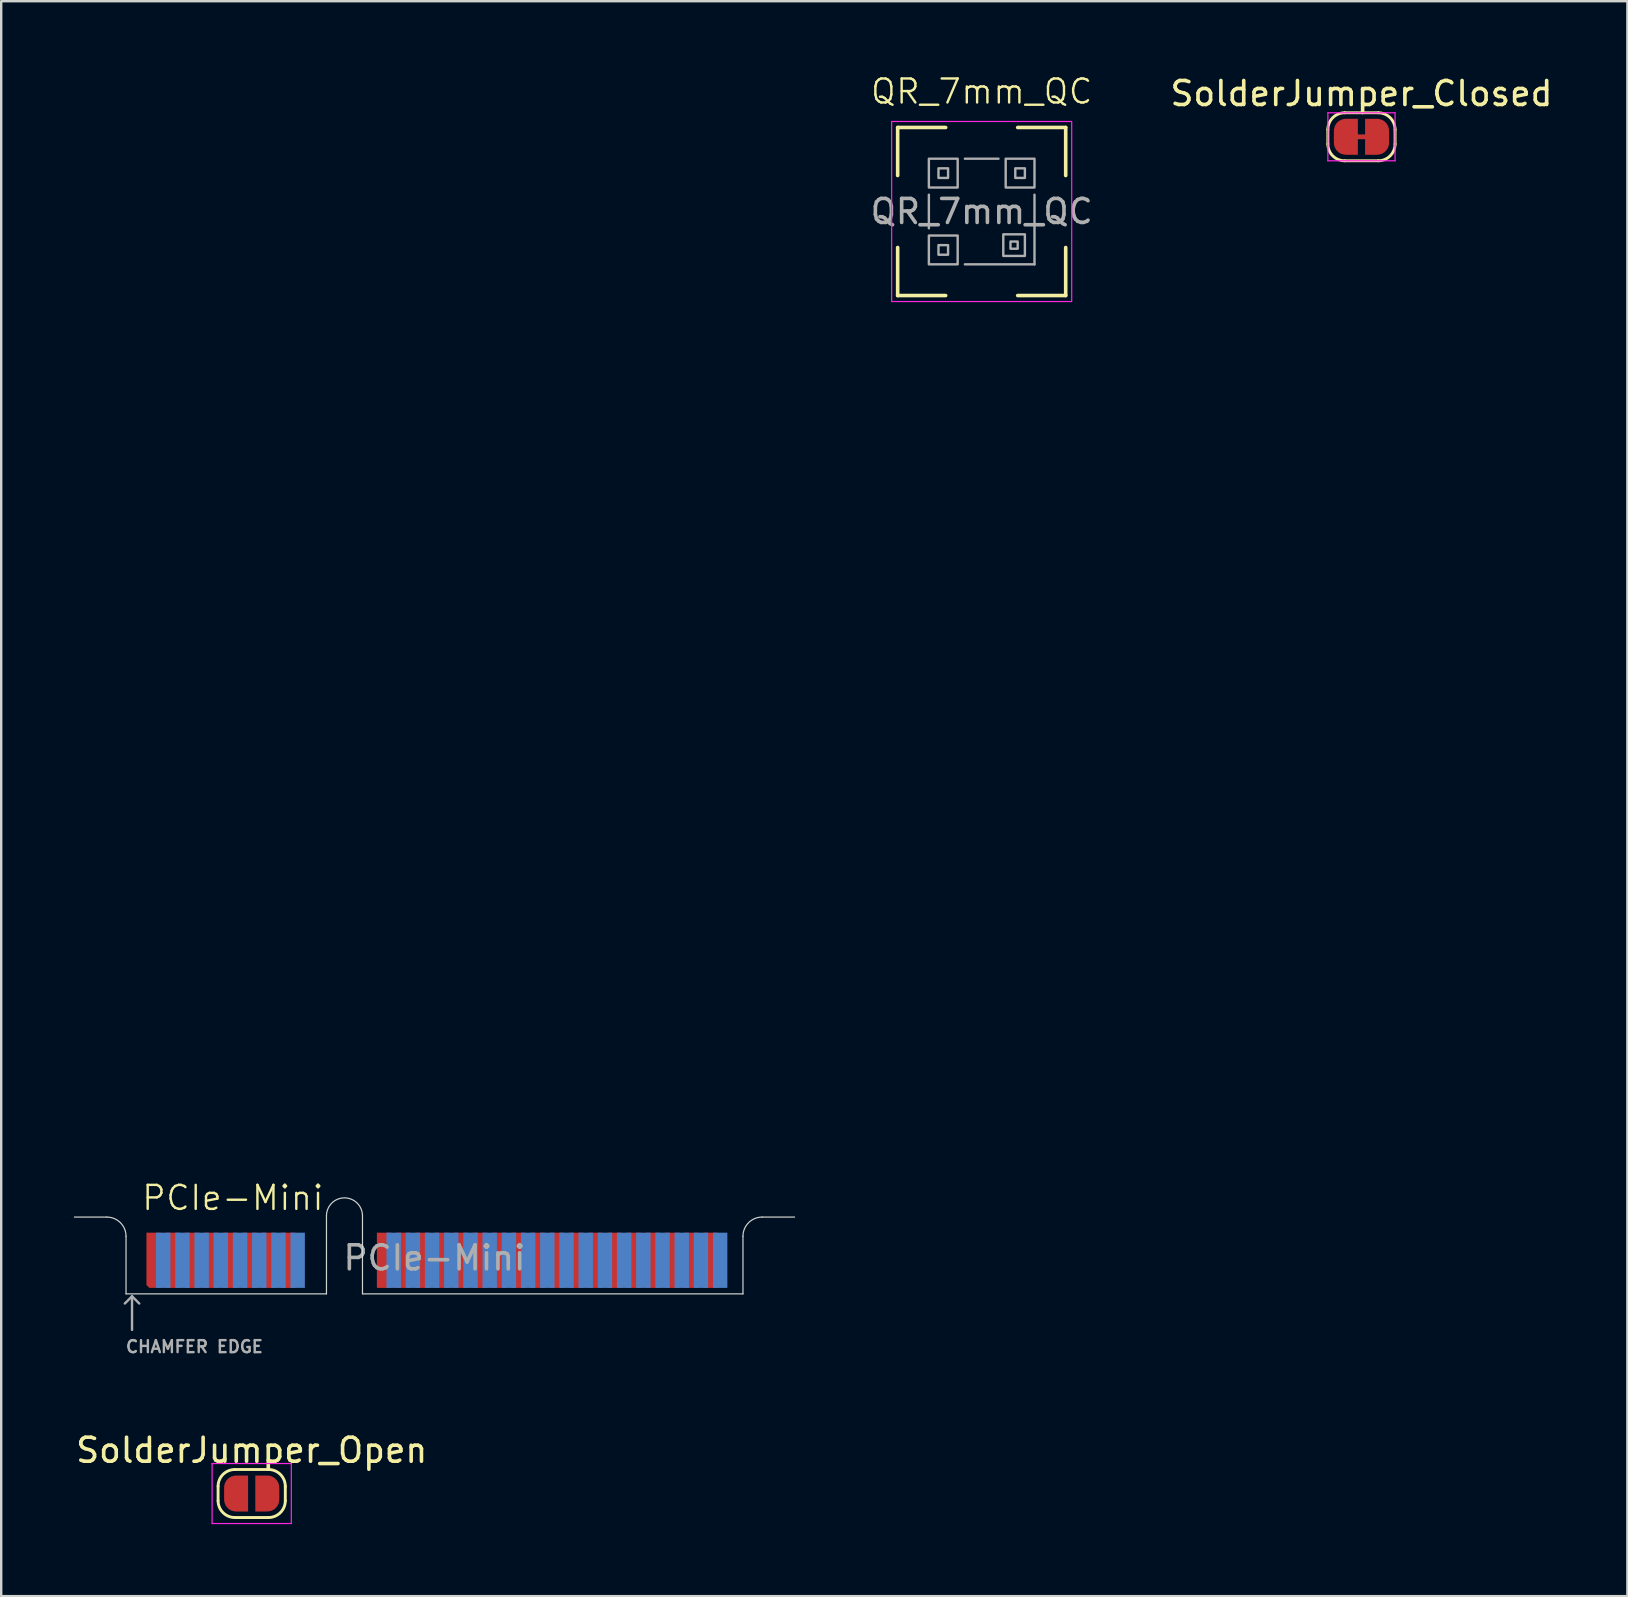
<source format=kicad_pcb>
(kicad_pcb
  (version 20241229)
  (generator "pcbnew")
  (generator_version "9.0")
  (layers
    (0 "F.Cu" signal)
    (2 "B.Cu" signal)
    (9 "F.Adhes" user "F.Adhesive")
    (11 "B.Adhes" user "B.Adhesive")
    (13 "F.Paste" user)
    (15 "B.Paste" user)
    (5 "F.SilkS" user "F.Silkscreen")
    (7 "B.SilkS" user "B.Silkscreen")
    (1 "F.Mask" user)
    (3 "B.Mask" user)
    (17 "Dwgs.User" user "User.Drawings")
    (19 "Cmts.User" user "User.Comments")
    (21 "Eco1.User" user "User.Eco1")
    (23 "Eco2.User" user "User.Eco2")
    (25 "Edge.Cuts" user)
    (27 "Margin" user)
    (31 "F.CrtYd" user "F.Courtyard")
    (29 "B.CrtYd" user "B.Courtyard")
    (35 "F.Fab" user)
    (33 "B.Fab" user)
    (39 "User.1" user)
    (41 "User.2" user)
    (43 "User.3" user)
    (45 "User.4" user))
  (footprint "PCIe-Mini"
    (layer "F.Cu")
    (at 15.05 47.65)
    (property "Reference" "PCIe-Mini" (at -8.4 -0.8 0) (unlocked yes) (layer "F.SilkS") (effects (font (size 1 1) (thickness 0.1))))
    (attr exclude_from_pos_files exclude_from_bom allow_missing_courtyard)
    (fp_rect (start -12.85 0.65) (end -4.5 3.2) (stroke (width 0) (type solid)) (fill yes) (layer "F.Mask"))
    (fp_rect (start -3 0.65) (end 12.85 3.2) (stroke (width 0) (type solid)) (fill yes) (layer "F.Mask"))
    (fp_rect (start -12.85 0.65) (end -4.5 3.2) (stroke (width 0) (type solid)) (fill yes) (layer "B.Mask"))
    (fp_rect (start -3 0.65) (end 12.85 3.2) (stroke (width 0) (type solid)) (fill yes) (layer "B.Mask"))
    (fp_line (start -13.65 0) (end -15 0) (stroke (width 0.05) (type solid)) (layer "Edge.Cuts"))
    (fp_line (start -12.85 3.2) (end -12.85 0.8) (stroke (width 0.05) (type solid)) (layer "Edge.Cuts"))
    (fp_line (start -4.5 3.2) (end -12.85 3.2) (stroke (width 0.05) (type solid)) (layer "Edge.Cuts"))
    (fp_line (start -4.5 3.2) (end -4.5 -0.05) (stroke (width 0.05) (type solid)) (layer "Edge.Cuts"))
    (fp_line (start -3 3.2) (end -3 -0.05) (stroke (width 0.05) (type solid)) (layer "Edge.Cuts"))
    (fp_line (start -3 3.2) (end 12.85 3.2) (stroke (width 0.05) (type solid)) (layer "Edge.Cuts"))
    (fp_line (start 12.85 3.2) (end 12.85 0.8) (stroke (width 0.05) (type solid)) (layer "Edge.Cuts"))
    (fp_line (start 15 0) (end 13.65 0) (stroke (width 0.05) (type solid)) (layer "Edge.Cuts"))
    (fp_arc (start -13.65 0) (mid -13.084315 0.234315) (end -12.85 0.8) (stroke (width 0.05) (type solid)) (layer "Edge.Cuts"))
    (fp_arc (start -4.5 -0.05) (mid -3.75 -0.8) (end -3 -0.05) (stroke (width 0.05) (type solid)) (layer "Edge.Cuts"))
    (fp_arc (start 12.85 0.8) (mid 13.084314 0.234314) (end 13.65 0) (stroke (width 0.05) (type solid)) (layer "Edge.Cuts"))
    (fp_line (start -12.6 3.3) (end -12.9 3.6) (stroke (width 0.1) (type solid)) (layer "F.Fab"))
    (fp_line (start -12.6 3.3) (end -12.6 4.7) (stroke (width 0.1) (type solid)) (layer "F.Fab"))
    (fp_line (start -12.6 3.3) (end -12.3 3.6) (stroke (width 0.1) (type solid)) (layer "F.Fab"))
    (fp_line (start -15 0) (end -15 -47.6) (stroke (width 0.1) (type default)) (layer "User.1"))
    (fp_line (start -15 0) (end 15 0) (stroke (width 0.1) (type default)) (layer "User.1"))
    (fp_line (start -10.1 -23.6) (end -9.2 -23.6) (stroke (width 0.1) (type default)) (layer "User.1"))
    (fp_line (start 14.1 -23.6) (end 15 -23.6) (stroke (width 0.1) (type default)) (layer "User.1"))
    (fp_line (start 15 -47.6) (end -15 -47.6) (stroke (width 0.1) (type default)) (layer "User.1"))
    (fp_line (start 15 -23.6) (end -15 -23.6) (stroke (width 0.1) (type default)) (layer "User.1"))
    (fp_line (start 15 0) (end 15 -47.6) (stroke (width 0.1) (type default)) (layer "User.1"))
    (fp_circle (center -12.1 -44.7) (end -10.8 -44.7) (stroke (width 0.1) (type default)) (fill no) (layer "User.1"))
    (fp_circle (center -12.1 -20.7) (end -12.1 -19.4) (stroke (width 0.1) (type default)) (fill no) (layer "User.1"))
    (fp_circle (center 12.1 -44.7) (end 13.4 -44.7) (stroke (width 0.1) (type default)) (fill no) (layer "User.1"))
    (fp_circle (center 12.1 -20.7) (end 12.1 -19.4) (stroke (width 0.1) (type default)) (fill no) (layer "User.1"))
    (fp_text user "CHAMFER EDGE" (at -10 5.4 0) (unlocked yes) (layer "F.Fab") (effects (font (size 0.5 0.5) (thickness 0.1))))
    (fp_text user "${REFERENCE}" (at 0 1.7 0) (unlocked yes) (layer "F.Fab") (effects (font (size 1 1) (thickness 0.15))))
    (pad "1" connect roundrect (at -11.7 1.8) (size 0.6 2.3) (layers "F.Cu" "F.Mask") (roundrect_rratio 0) (chamfer_ratio 0.2) (chamfer bottom_left))
    (pad "2" connect rect (at -11.3 1.8) (size 0.6 2.3) (layers "B.Cu" "B.Mask"))
    (pad "3" connect rect (at -10.9 1.8) (size 0.6 2.3) (layers "F.Cu" "F.Mask"))
    (pad "4" connect rect (at -10.5 1.8) (size 0.6 2.3) (layers "B.Cu" "B.Mask"))
    (pad "5" connect rect (at -10.1 1.8) (size 0.6 2.3) (layers "F.Cu" "F.Mask"))
    (pad "6" connect rect (at -9.7 1.8) (size 0.6 2.3) (layers "B.Cu" "B.Mask"))
    (pad "7" connect rect (at -9.3 1.8) (size 0.6 2.3) (layers "F.Cu" "F.Mask"))
    (pad "8" connect rect (at -8.9 1.8) (size 0.6 2.3) (layers "B.Cu" "B.Mask"))
    (pad "9" connect rect (at -8.5 1.8) (size 0.6 2.3) (layers "F.Cu" "F.Mask"))
    (pad "10" connect rect (at -8.1 1.8) (size 0.6 2.3) (layers "B.Cu" "B.Mask"))
    (pad "11" connect rect (at -7.7 1.8) (size 0.6 2.3) (layers "F.Cu" "F.Mask"))
    (pad "12" connect rect (at -7.3 1.8) (size 0.6 2.3) (layers "B.Cu" "B.Mask"))
    (pad "13" connect rect (at -6.9 1.8) (size 0.6 2.3) (layers "F.Cu" "F.Mask"))
    (pad "14" connect rect (at -6.5 1.8) (size 0.6 2.3) (layers "B.Cu" "B.Mask"))
    (pad "15" connect rect (at -6.1 1.8) (size 0.6 2.3) (layers "F.Cu" "F.Mask"))
    (pad "16" connect rect (at -5.7 1.8) (size 0.6 2.3) (layers "B.Cu" "B.Mask"))
    (pad "17" connect rect (at -2.1 1.8) (size 0.6 2.3) (layers "F.Cu" "F.Mask"))
    (pad "18" connect rect (at -1.7 1.8) (size 0.6 2.3) (layers "B.Cu" "B.Mask"))
    (pad "19" connect rect (at -1.3 1.8) (size 0.6 2.3) (layers "F.Cu" "F.Mask"))
    (pad "20" connect rect (at -0.9 1.8) (size 0.6 2.3) (layers "B.Cu" "B.Mask"))
    (pad "21" connect rect (at -0.5 1.8) (size 0.6 2.3) (layers "F.Cu" "F.Mask"))
    (pad "22" connect rect (at -0.1 1.8) (size 0.6 2.3) (layers "B.Cu" "B.Mask"))
    (pad "23" connect rect (at 0.3 1.8) (size 0.6 2.3) (layers "F.Cu" "F.Mask"))
    (pad "24" connect rect (at 0.7 1.8) (size 0.6 2.3) (layers "B.Cu" "B.Mask"))
    (pad "25" connect rect (at 1.1 1.8) (size 0.6 2.3) (layers "F.Cu" "F.Mask"))
    (pad "26" connect rect (at 1.5 1.8) (size 0.6 2.3) (layers "B.Cu" "B.Mask"))
    (pad "27" connect rect (at 1.9 1.8) (size 0.6 2.3) (layers "F.Cu" "F.Mask"))
    (pad "28" connect rect (at 2.3 1.8) (size 0.6 2.3) (layers "B.Cu" "B.Mask"))
    (pad "29" connect rect (at 2.7 1.8) (size 0.6 2.3) (layers "F.Cu" "F.Mask"))
    (pad "30" connect rect (at 3.1 1.8) (size 0.6 2.3) (layers "B.Cu" "B.Mask"))
    (pad "31" connect rect (at 3.5 1.8) (size 0.6 2.3) (layers "F.Cu" "F.Mask"))
    (pad "32" connect rect (at 3.9 1.8) (size 0.6 2.3) (layers "B.Cu" "B.Mask"))
    (pad "33" connect rect (at 4.3 1.8) (size 0.6 2.3) (layers "F.Cu" "F.Mask"))
    (pad "34" connect rect (at 4.7 1.8) (size 0.6 2.3) (layers "B.Cu" "B.Mask"))
    (pad "35" connect rect (at 5.1 1.8) (size 0.6 2.3) (layers "F.Cu" "F.Mask"))
    (pad "36" connect rect (at 5.5 1.8) (size 0.6 2.3) (layers "B.Cu" "B.Mask"))
    (pad "37" connect rect (at 5.9 1.8) (size 0.6 2.3) (layers "F.Cu" "F.Mask"))
    (pad "38" connect rect (at 6.3 1.8) (size 0.6 2.3) (layers "B.Cu" "B.Mask"))
    (pad "39" connect rect (at 6.7 1.8) (size 0.6 2.3) (layers "F.Cu" "F.Mask"))
    (pad "40" connect rect (at 7.1 1.8) (size 0.6 2.3) (layers "B.Cu" "B.Mask"))
    (pad "41" connect rect (at 7.5 1.8) (size 0.6 2.3) (layers "F.Cu" "F.Mask"))
    (pad "42" connect rect (at 7.9 1.8) (size 0.6 2.3) (layers "B.Cu" "B.Mask"))
    (pad "43" connect rect (at 8.3 1.8) (size 0.6 2.3) (layers "F.Cu" "F.Mask"))
    (pad "44" connect rect (at 8.7 1.8) (size 0.6 2.3) (layers "B.Cu" "B.Mask"))
    (pad "45" connect rect (at 9.1 1.8) (size 0.6 2.3) (layers "F.Cu" "F.Mask"))
    (pad "46" connect rect (at 9.5 1.8) (size 0.6 2.3) (layers "B.Cu" "B.Mask"))
    (pad "47" connect rect (at 9.9 1.8) (size 0.6 2.3) (layers "F.Cu" "F.Mask"))
    (pad "48" connect rect (at 10.3 1.8) (size 0.6 2.3) (layers "B.Cu" "B.Mask"))
    (pad "49" connect rect (at 10.7 1.8) (size 0.6 2.3) (layers "F.Cu" "F.Mask"))
    (pad "50" connect rect (at 11.1 1.8) (size 0.6 2.3) (layers "B.Cu" "B.Mask"))
    (pad "51" connect rect (at 11.5 1.8) (size 0.6 2.3) (layers "F.Cu" "F.Mask"))
    (pad "52" connect rect (at 11.9 1.8) (size 0.6 2.3) (layers "B.Cu" "B.Mask")))
  (footprint "SolderJumper_Closed"
    (layer "F.Cu")
    (at 53.665 2.648)
    (property "Reference" "SolderJumper_Closed" (at 0 -1.8 0) (layer "F.SilkS") (effects (font (size 1 1) (thickness 0.15))))
    (attr exclude_from_pos_files exclude_from_bom)
    (fp_line (start 0.2 0) (end -0.2 0) (stroke (width 0.2) (type solid)) (layer "F.Cu"))
    (fp_line (start -1.4 0.3) (end -1.4 -0.3) (stroke (width 0.12) (type solid)) (layer "F.SilkS"))
    (fp_line (start -0.7 -1) (end 0.7 -1) (stroke (width 0.12) (type solid)) (layer "F.SilkS"))
    (fp_line (start 0.7 1) (end -0.7 1) (stroke (width 0.12) (type solid)) (layer "F.SilkS"))
    (fp_line (start 1.4 -0.3) (end 1.4 0.3) (stroke (width 0.12) (type solid)) (layer "F.SilkS"))
    (fp_arc (start -1.4 -0.3) (mid -1.194975 -0.794975) (end -0.7 -1) (stroke (width 0.12) (type solid)) (layer "F.SilkS"))
    (fp_arc (start -0.7 1) (mid -1.194975 0.794975) (end -1.4 0.3) (stroke (width 0.12) (type solid)) (layer "F.SilkS"))
    (fp_arc (start 0.7 -1) (mid 1.194975 -0.794975) (end 1.4 -0.3) (stroke (width 0.12) (type solid)) (layer "F.SilkS"))
    (fp_arc (start 1.4 0.3) (mid 1.194975 0.794975) (end 0.7 1) (stroke (width 0.12) (type solid)) (layer "F.SilkS"))
    (fp_line (start -1.4 -1) (end -1.4 1) (stroke (width 0.05) (type solid)) (layer "F.CrtYd"))
    (fp_line (start -1.4 -1) (end 1.4 -1) (stroke (width 0.05) (type solid)) (layer "F.CrtYd"))
    (fp_line (start 1.4 1) (end -1.4 1) (stroke (width 0.05) (type solid)) (layer "F.CrtYd"))
    (fp_line (start 1.4 1) (end 1.4 -1) (stroke (width 0.05) (type solid)) (layer "F.CrtYd"))
    (pad "1" smd custom (at -0.65 0) (size 1 0.5) (layers "F.Cu" "F.Mask") (options (anchor rect)) (primitives (gr_circle (center 0 0.25) (end 0.5 0.25) (width 0) (fill yes)) (gr_circle (center 0 -0.25) (end 0.5 -0.25) (width 0) (fill yes)) (gr_poly (pts (xy 0.5 0.75) (xy 0 0.75) (xy 0 -0.75) (xy 0.5 -0.75)) (width 0) (fill yes))))
    (pad "2" smd custom (at 0.65 0) (size 1 0.5) (layers "F.Cu" "F.Mask") (options (anchor rect)) (primitives (gr_circle (center 0 0.25) (end 0.5 0.25) (width 0) (fill yes)) (gr_circle (center 0 -0.25) (end 0.5 -0.25) (width 0) (fill yes)) (gr_poly (pts (xy 0 0.75) (xy -0.5 0.75) (xy -0.5 -0.75) (xy 0 -0.75)) (width 0) (fill yes)))))
  (footprint "SolderJumper_Open"
    (layer "F.Cu")
    (at 7.435 59.166)
    (property "Reference" "SolderJumper_Open" (at 0 -1.8 0) (layer "F.SilkS") (effects (font (size 1 1) (thickness 0.15))))
    (attr exclude_from_pos_files exclude_from_bom)
    (fp_line (start -1.4 0.3) (end -1.4 -0.3) (stroke (width 0.12) (type solid)) (layer "F.SilkS"))
    (fp_line (start -0.7 -1) (end 0.7 -1) (stroke (width 0.12) (type solid)) (layer "F.SilkS"))
    (fp_line (start 0.7 1) (end -0.7 1) (stroke (width 0.12) (type solid)) (layer "F.SilkS"))
    (fp_line (start 1.4 -0.3) (end 1.4 0.3) (stroke (width 0.12) (type solid)) (layer "F.SilkS"))
    (fp_arc (start -1.4 -0.3) (mid -1.194975 -0.794975) (end -0.7 -1) (stroke (width 0.12) (type solid)) (layer "F.SilkS"))
    (fp_arc (start -0.7 1) (mid -1.194975 0.794975) (end -1.4 0.3) (stroke (width 0.12) (type solid)) (layer "F.SilkS"))
    (fp_arc (start 0.7 -1) (mid 1.194975 -0.794975) (end 1.4 -0.3) (stroke (width 0.12) (type solid)) (layer "F.SilkS"))
    (fp_arc (start 1.4 0.3) (mid 1.194975 0.794975) (end 0.7 1) (stroke (width 0.12) (type solid)) (layer "F.SilkS"))
    (fp_line (start -1.65 -1.25) (end -1.65 1.25) (stroke (width 0.05) (type solid)) (layer "F.CrtYd"))
    (fp_line (start -1.65 -1.25) (end 1.65 -1.25) (stroke (width 0.05) (type solid)) (layer "F.CrtYd"))
    (fp_line (start 1.65 1.25) (end -1.65 1.25) (stroke (width 0.05) (type solid)) (layer "F.CrtYd"))
    (fp_line (start 1.65 1.25) (end 1.65 -1.25) (stroke (width 0.05) (type solid)) (layer "F.CrtYd"))
    (pad "1" smd custom (at -0.65 0) (size 1 0.5) (layers "F.Cu" "F.Mask") (options (anchor rect)) (primitives (gr_circle (center 0 0.25) (end 0.5 0.25) (width 0) (fill yes)) (gr_circle (center 0 -0.25) (end 0.5 -0.25) (width 0) (fill yes)) (gr_poly (pts (xy 0.5 0.75) (xy 0 0.75) (xy 0 -0.75) (xy 0.5 -0.75)) (width 0) (fill yes))))
    (pad "2" smd custom (at 0.65 0) (size 1 0.5) (layers "F.Cu" "F.Mask") (options (anchor rect)) (primitives (gr_circle (center 0 0.25) (end 0.5 0.25) (width 0) (fill yes)) (gr_circle (center 0 -0.25) (end 0.5 -0.25) (width 0) (fill yes)) (gr_poly (pts (xy 0 0.75) (xy -0.5 0.75) (xy -0.5 -0.75) (xy 0 -0.75)) (width 0) (fill yes)))))
  (footprint "QR_7mm_QC"
    (layer "F.Cu")
    (at 37.844 5.761)
    (property "Reference" "QR_7mm_QC" (at 0 -5 0) (unlocked yes) (layer "F.SilkS") (effects (font (size 1 1) (thickness 0.1))))
    (fp_line (start -3.5 -3.5) (end -3.5 -1.5) (stroke (width 0.15) (type default)) (layer "F.SilkS"))
    (fp_line (start -3.5 -3.5) (end -1.5 -3.5) (stroke (width 0.15) (type default)) (layer "F.SilkS"))
    (fp_line (start -3.5 3.5) (end -3.5 1.5) (stroke (width 0.15) (type default)) (layer "F.SilkS"))
    (fp_line (start -3.5 3.5) (end -1.5 3.5) (stroke (width 0.15) (type default)) (layer "F.SilkS"))
    (fp_line (start 3.5 -3.5) (end 1.5 -3.5) (stroke (width 0.15) (type default)) (layer "F.SilkS"))
    (fp_line (start 3.5 -3.5) (end 3.5 -1.5) (stroke (width 0.15) (type default)) (layer "F.SilkS"))
    (fp_line (start 3.5 3.5) (end 1.5 3.5) (stroke (width 0.15) (type default)) (layer "F.SilkS"))
    (fp_line (start 3.5 3.5) (end 3.5 1.5) (stroke (width 0.15) (type default)) (layer "F.SilkS"))
    (fp_rect (start -3.75 -3.75) (end 3.75 3.75) (stroke (width 0.05) (type default)) (fill no) (layer "F.CrtYd"))
    (fp_line (start -2.2 0.7) (end -2.2 -0.7) (stroke (width 0.1) (type default)) (layer "F.Fab"))
    (fp_line (start -0.7 -2.2) (end 0.7 -2.2) (stroke (width 0.1) (type default)) (layer "F.Fab"))
    (fp_line (start 2.2 -0.7) (end 2.2 2.2) (stroke (width 0.1) (type default)) (layer "F.Fab"))
    (fp_line (start 2.2 2.2) (end -0.7 2.2) (stroke (width 0.1) (type default)) (layer "F.Fab"))
    (fp_rect (start -2.2 -2.2) (end -1 -1) (stroke (width 0.1) (type default)) (fill no) (layer "F.Fab"))
    (fp_rect (start -2.2 1) (end -1 2.2) (stroke (width 0.1) (type default)) (fill no) (layer "F.Fab"))
    (fp_rect (start -1.8 -1.8) (end -1.4 -1.4) (stroke (width 0.1) (type solid)) (fill no) (layer "F.Fab"))
    (fp_rect (start -1.8 1.4) (end -1.4 1.8) (stroke (width 0.1) (type solid)) (fill no) (layer "F.Fab"))
    (fp_rect (start 0.9 0.95) (end 1.8 1.85) (stroke (width 0.1) (type default)) (fill no) (layer "F.Fab"))
    (fp_rect (start 1 -2.2) (end 2.2 -1) (stroke (width 0.1) (type default)) (fill no) (layer "F.Fab"))
    (fp_rect (start 1.2 1.25) (end 1.5 1.55) (stroke (width 0.1) (type solid)) (fill no) (layer "F.Fab"))
    (fp_rect (start 1.4 -1.8) (end 1.8 -1.4) (stroke (width 0.1) (type solid)) (fill no) (layer "F.Fab"))
    (fp_text user "${REFERENCE}" (at 0 0 0) (unlocked yes) (layer "F.Fab") (effects (font (size 1 1) (thickness 0.15)))))
  (gr_rect
    (start -3 -3)
    (end 64.743 63.441)
    (stroke (width 0.1) (type default))
    (fill no)
    (layer "Edge.Cuts")))
</source>
